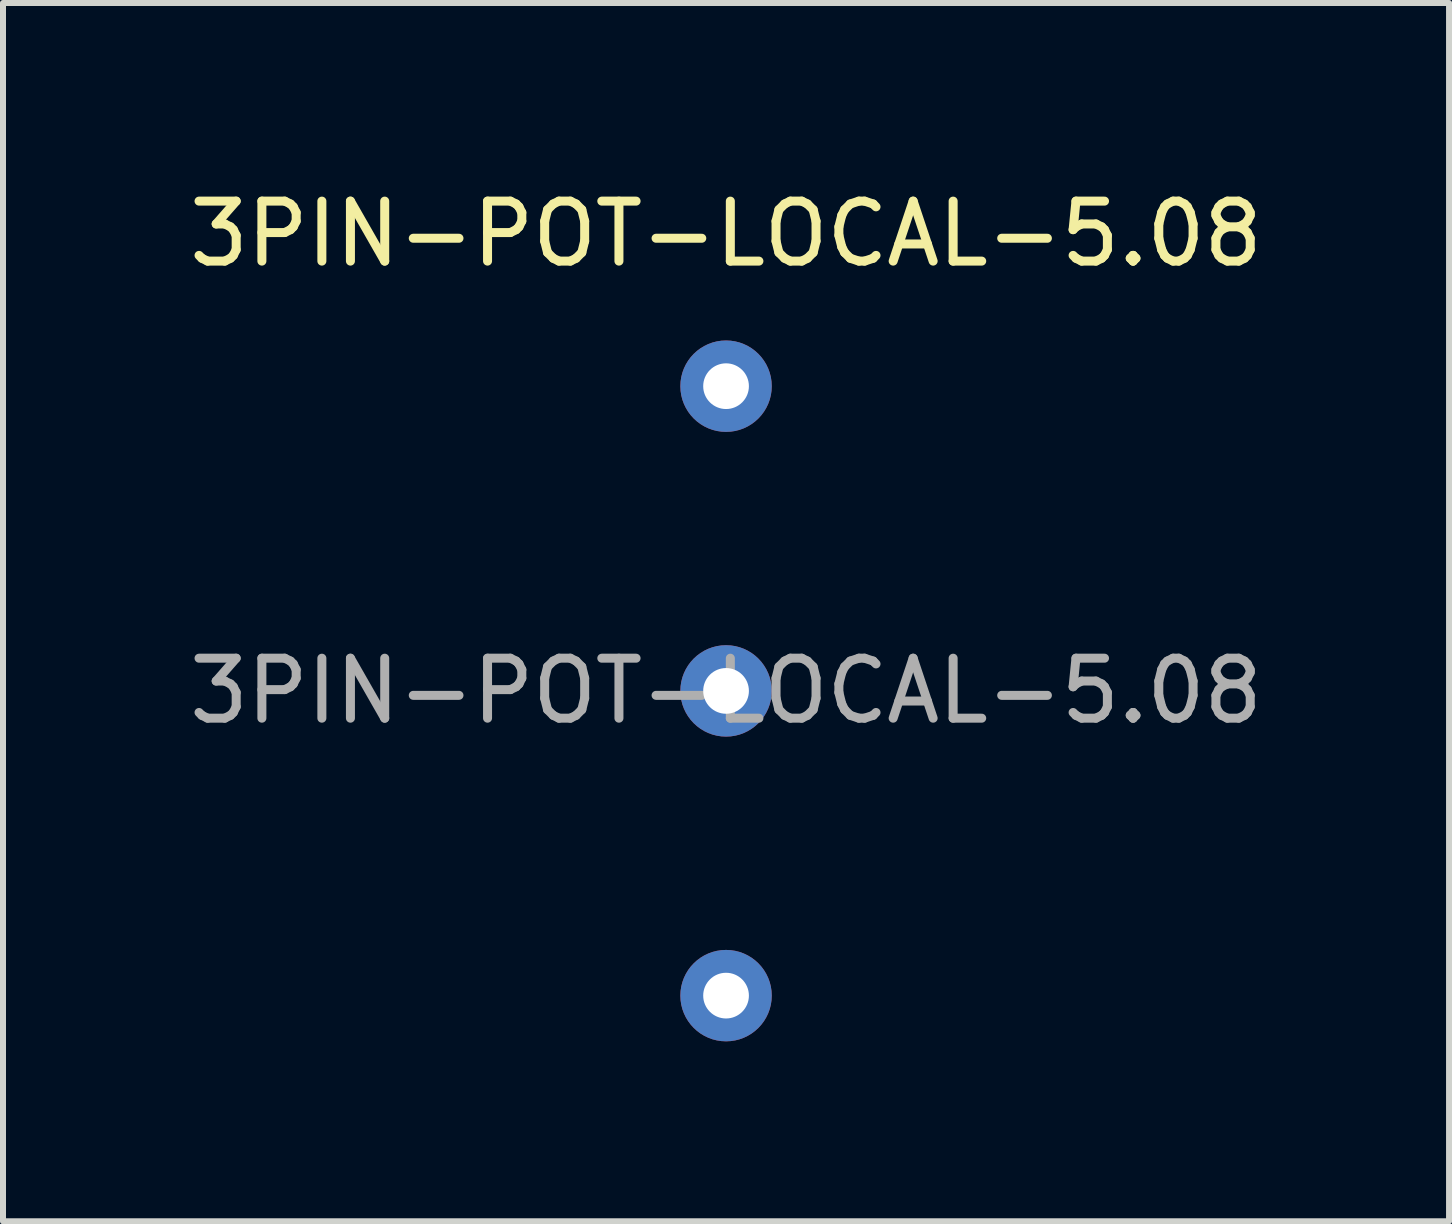
<source format=kicad_pcb>
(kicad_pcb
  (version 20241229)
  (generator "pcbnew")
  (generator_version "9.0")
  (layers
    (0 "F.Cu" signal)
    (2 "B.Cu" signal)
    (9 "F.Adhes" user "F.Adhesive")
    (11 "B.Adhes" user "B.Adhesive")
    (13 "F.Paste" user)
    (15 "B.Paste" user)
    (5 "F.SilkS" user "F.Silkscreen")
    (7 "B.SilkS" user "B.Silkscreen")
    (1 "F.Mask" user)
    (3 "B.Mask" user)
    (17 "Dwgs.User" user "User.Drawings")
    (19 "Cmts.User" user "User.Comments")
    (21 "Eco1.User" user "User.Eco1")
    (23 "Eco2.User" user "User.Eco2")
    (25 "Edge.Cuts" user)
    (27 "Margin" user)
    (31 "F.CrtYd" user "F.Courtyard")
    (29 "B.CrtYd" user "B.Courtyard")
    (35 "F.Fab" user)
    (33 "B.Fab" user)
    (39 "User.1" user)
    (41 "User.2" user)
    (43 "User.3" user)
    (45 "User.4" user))
  (footprint "3PIN-POT-LOCAL-5.08"
    (layer "F.Cu")
    (at 9.054 8.468)
    (property "Reference" "3PIN-POT-LOCAL-5.08" (at 0 -7.62 0) (unlocked yes) (layer "F.SilkS") (effects (font (size 1 1) (thickness 0.15))))
    (attr through_hole)
    (fp_text user "${REFERENCE}" (at 0 0 0) (unlocked yes) (layer "F.Fab") (effects (font (size 1 1) (thickness 0.15))))
    (pad "1" thru_hole circle (at 0 -5.08) (size 1.524 1.524) (drill 0.762) (layers "*.Cu" "*.Mask"))
    (pad "2" thru_hole circle (at 0 0) (size 1.524 1.524) (drill 0.762) (layers "*.Cu" "*.Mask"))
    (pad "3" thru_hole circle (at 0 5.08) (size 1.524 1.524) (drill 0.762) (layers "*.Cu" "*.Mask")))
  (gr_rect
    (start -3 -3)
    (end 21.107 17.31)
    (stroke (width 0.1) (type default))
    (fill no)
    (layer "Edge.Cuts")))
</source>
